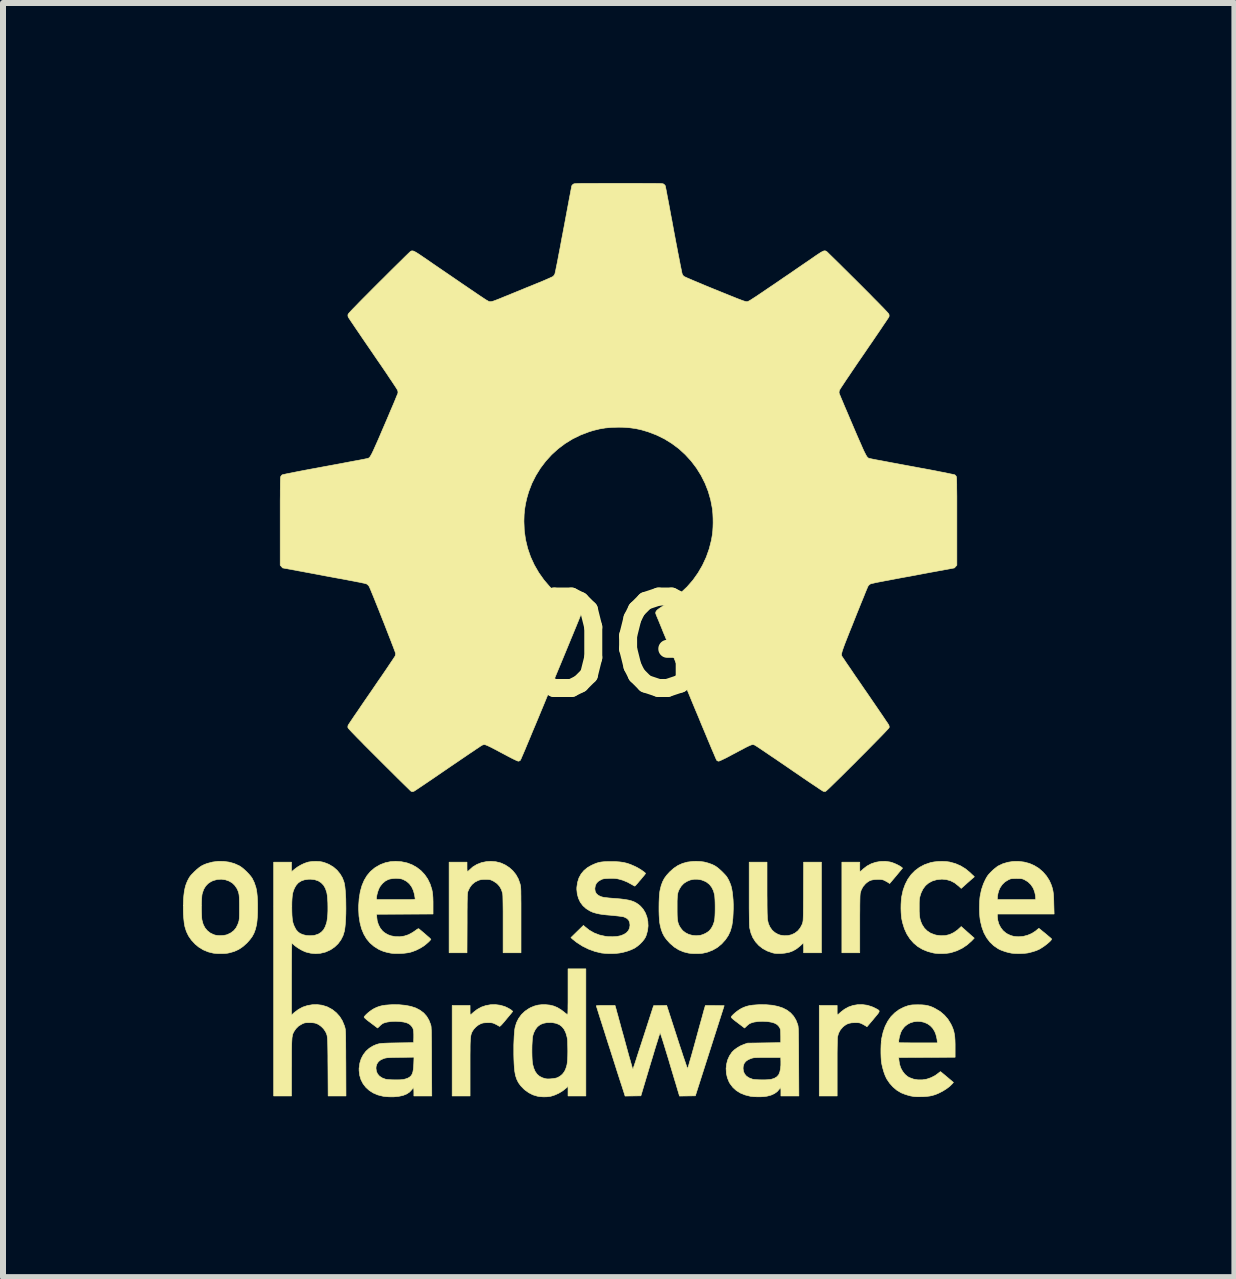
<source format=kicad_pcb>
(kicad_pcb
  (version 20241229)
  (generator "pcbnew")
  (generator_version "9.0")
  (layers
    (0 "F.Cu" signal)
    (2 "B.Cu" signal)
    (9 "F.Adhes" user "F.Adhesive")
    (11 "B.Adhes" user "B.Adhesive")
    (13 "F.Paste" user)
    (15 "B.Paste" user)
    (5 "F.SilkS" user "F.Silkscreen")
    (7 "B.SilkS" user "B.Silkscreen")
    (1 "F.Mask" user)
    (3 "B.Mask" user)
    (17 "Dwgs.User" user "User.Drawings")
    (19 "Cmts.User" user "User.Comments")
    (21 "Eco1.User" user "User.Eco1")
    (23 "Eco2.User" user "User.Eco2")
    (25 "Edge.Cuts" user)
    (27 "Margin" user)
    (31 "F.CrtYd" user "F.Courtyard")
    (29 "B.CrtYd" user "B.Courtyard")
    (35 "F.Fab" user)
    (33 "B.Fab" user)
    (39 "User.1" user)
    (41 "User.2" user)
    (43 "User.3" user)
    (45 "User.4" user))
  (footprint "LOGO"
    (layer "F.Cu")
    (at 7.273 7.727)
    (property "Reference" "LOGO" (at 0 0 0) (layer "F.SilkS") (effects (font (size 1.524 1.524) (thickness 0.3))))
    (attr through_hole)
    (fp_poly (pts (xy 4.51 3.589) (xy 4.546 3.599) (xy 4.586 3.614) (xy 4.628 3.633) (xy 4.666 3.653) (xy 4.695 3.671) (xy 4.698 3.674) (xy 4.719 3.691) (xy 4.612 3.82) (xy 4.504 3.948) (xy 4.482 3.933) (xy 4.463 3.921) (xy 4.437 3.907) (xy 4.42 3.898) (xy 4.4 3.889) (xy 4.382 3.884) (xy 4.361 3.881) (xy 4.334 3.879) (xy 4.303 3.879) (xy 4.248 3.882) (xy 4.203 3.89) (xy 4.164 3.905) (xy 4.128 3.929) (xy 4.101 3.952) (xy 4.06 4) (xy 4.03 4.056) (xy 4.013 4.115) (xy 4.012 4.13) (xy 4.01 4.159) (xy 4.009 4.2) (xy 4.008 4.253) (xy 4.007 4.316) (xy 4.007 4.39) (xy 4.006 4.472) (xy 4.006 4.562) (xy 4.006 4.627) (xy 4.006 5.102) (xy 3.708 5.102) (xy 3.708 3.592) (xy 4.006 3.592) (xy 4.006 3.672) (xy 4.006 3.704) (xy 4.007 3.73) (xy 4.009 3.747) (xy 4.011 3.752) (xy 4.017 3.747) (xy 4.032 3.735) (xy 4.052 3.717) (xy 4.064 3.705) (xy 4.126 3.657) (xy 4.195 3.62) (xy 4.271 3.594) (xy 4.351 3.58) (xy 4.433 3.578) (xy 4.51 3.589)) (stroke (width 0.01) (type solid)) (fill yes) (layer "F.SilkS"))
    (fp_poly (pts (xy 4.133 5.977) (xy 4.211 6.002) (xy 4.261 6.025) (xy 4.288 6.039) (xy 4.309 6.051) (xy 4.323 6.061) (xy 4.329 6.072) (xy 4.328 6.086) (xy 4.318 6.104) (xy 4.301 6.127) (xy 4.275 6.158) (xy 4.241 6.199) (xy 4.234 6.208) (xy 4.126 6.335) (xy 4.104 6.32) (xy 4.085 6.309) (xy 4.06 6.295) (xy 4.042 6.286) (xy 4.022 6.277) (xy 4.004 6.271) (xy 3.983 6.268) (xy 3.956 6.267) (xy 3.926 6.267) (xy 3.871 6.269) (xy 3.826 6.278) (xy 3.787 6.293) (xy 3.751 6.317) (xy 3.724 6.339) (xy 3.682 6.388) (xy 3.652 6.444) (xy 3.636 6.503) (xy 3.634 6.518) (xy 3.633 6.546) (xy 3.632 6.587) (xy 3.631 6.64) (xy 3.63 6.704) (xy 3.629 6.777) (xy 3.629 6.86) (xy 3.629 6.95) (xy 3.629 7.015) (xy 3.629 7.489) (xy 3.331 7.489) (xy 3.331 5.98) (xy 3.629 5.98) (xy 3.629 6.06) (xy 3.629 6.092) (xy 3.63 6.118) (xy 3.632 6.135) (xy 3.633 6.14) (xy 3.64 6.135) (xy 3.655 6.122) (xy 3.675 6.104) (xy 3.687 6.093) (xy 3.75 6.044) (xy 3.819 6.006) (xy 3.894 5.98) (xy 3.972 5.967) (xy 4.052 5.966) (xy 4.133 5.977)) (stroke (width 0.01) (type solid)) (fill yes) (layer "F.SilkS"))
    (fp_poly (pts (xy -1.988 5.976) (xy -1.911 5.998) (xy -1.87 6.017) (xy -1.838 6.034) (xy -1.81 6.051) (xy -1.791 6.066) (xy -1.78 6.077) (xy -1.779 6.081) (xy -1.785 6.088) (xy -1.798 6.105) (xy -1.818 6.129) (xy -1.843 6.159) (xy -1.872 6.194) (xy -1.886 6.211) (xy -1.92 6.252) (xy -1.946 6.282) (xy -1.965 6.303) (xy -1.979 6.317) (xy -1.989 6.325) (xy -1.996 6.328) (xy -2.002 6.327) (xy -2.006 6.324) (xy -2.02 6.316) (xy -2.042 6.303) (xy -2.068 6.29) (xy -2.068 6.29) (xy -2.091 6.279) (xy -2.109 6.273) (xy -2.128 6.269) (xy -2.153 6.267) (xy -2.186 6.267) (xy -2.192 6.267) (xy -2.231 6.268) (xy -2.26 6.27) (xy -2.284 6.275) (xy -2.308 6.283) (xy -2.31 6.284) (xy -2.351 6.306) (xy -2.392 6.338) (xy -2.427 6.376) (xy -2.448 6.407) (xy -2.456 6.422) (xy -2.463 6.436) (xy -2.468 6.451) (xy -2.473 6.468) (xy -2.477 6.487) (xy -2.48 6.511) (xy -2.483 6.54) (xy -2.485 6.575) (xy -2.487 6.618) (xy -2.488 6.669) (xy -2.488 6.73) (xy -2.489 6.802) (xy -2.489 6.886) (xy -2.489 6.983) (xy -2.489 7.016) (xy -2.489 7.489) (xy -2.787 7.489) (xy -2.787 5.98) (xy -2.489 5.98) (xy -2.489 6.06) (xy -2.489 6.092) (xy -2.488 6.118) (xy -2.486 6.135) (xy -2.485 6.14) (xy -2.478 6.135) (xy -2.463 6.122) (xy -2.443 6.104) (xy -2.432 6.094) (xy -2.37 6.046) (xy -2.301 6.008) (xy -2.226 5.982) (xy -2.147 5.968) (xy -2.067 5.966) (xy -1.988 5.976)) (stroke (width 0.01) (type solid)) (fill yes) (layer "F.SilkS"))
    (fp_poly (pts (xy 2.46 4.042) (xy 2.46 4.139) (xy 2.461 4.229) (xy 2.461 4.309) (xy 2.462 4.38) (xy 2.463 4.44) (xy 2.465 4.488) (xy 2.466 4.524) (xy 2.468 4.546) (xy 2.468 4.548) (xy 2.483 4.616) (xy 2.51 4.675) (xy 2.546 4.726) (xy 2.592 4.766) (xy 2.646 4.796) (xy 2.682 4.808) (xy 2.749 4.818) (xy 2.813 4.815) (xy 2.873 4.8) (xy 2.928 4.773) (xy 2.976 4.735) (xy 3.015 4.687) (xy 3.045 4.63) (xy 3.05 4.616) (xy 3.053 4.607) (xy 3.056 4.597) (xy 3.058 4.587) (xy 3.06 4.574) (xy 3.062 4.558) (xy 3.063 4.538) (xy 3.064 4.513) (xy 3.065 4.481) (xy 3.066 4.441) (xy 3.066 4.392) (xy 3.067 4.334) (xy 3.067 4.264) (xy 3.068 4.182) (xy 3.068 4.087) (xy 3.068 4.08) (xy 3.07 3.592) (xy 3.367 3.592) (xy 3.367 5.102) (xy 3.07 5.102) (xy 3.07 5.022) (xy 3.069 4.99) (xy 3.068 4.964) (xy 3.067 4.947) (xy 3.065 4.942) (xy 3.058 4.947) (xy 3.043 4.959) (xy 3.024 4.977) (xy 3.014 4.986) (xy 2.956 5.033) (xy 2.895 5.069) (xy 2.829 5.094) (xy 2.756 5.108) (xy 2.689 5.114) (xy 2.645 5.114) (xy 2.612 5.113) (xy 2.583 5.11) (xy 2.556 5.104) (xy 2.55 5.102) (xy 2.466 5.073) (xy 2.39 5.032) (xy 2.325 4.981) (xy 2.27 4.921) (xy 2.225 4.852) (xy 2.193 4.775) (xy 2.172 4.69) (xy 2.17 4.678) (xy 2.169 4.658) (xy 2.167 4.624) (xy 2.166 4.576) (xy 2.165 4.516) (xy 2.164 4.442) (xy 2.163 4.357) (xy 2.163 4.26) (xy 2.163 4.152) (xy 2.163 4.107) (xy 2.163 3.592) (xy 2.46 3.592) (xy 2.46 4.042)) (stroke (width 0.01) (type solid)) (fill yes) (layer "F.SilkS"))
    (fp_poly (pts (xy -2.058 3.585) (xy -1.978 3.605) (xy -1.904 3.638) (xy -1.836 3.682) (xy -1.776 3.736) (xy -1.725 3.799) (xy -1.685 3.871) (xy -1.657 3.95) (xy -1.655 3.958) (xy -1.652 3.969) (xy -1.65 3.981) (xy -1.647 3.994) (xy -1.646 4.009) (xy -1.644 4.028) (xy -1.643 4.051) (xy -1.642 4.08) (xy -1.642 4.116) (xy -1.641 4.16) (xy -1.641 4.212) (xy -1.64 4.274) (xy -1.64 4.348) (xy -1.64 4.433) (xy -1.64 4.532) (xy -1.64 4.559) (xy -1.64 5.102) (xy -1.938 5.102) (xy -1.938 4.627) (xy -1.938 4.514) (xy -1.938 4.415) (xy -1.939 4.33) (xy -1.94 4.26) (xy -1.941 4.203) (xy -1.942 4.16) (xy -1.944 4.13) (xy -1.946 4.113) (xy -1.946 4.113) (xy -1.966 4.049) (xy -1.997 3.994) (xy -2.039 3.948) (xy -2.092 3.912) (xy -2.103 3.906) (xy -2.128 3.894) (xy -2.148 3.886) (xy -2.167 3.882) (xy -2.189 3.88) (xy -2.22 3.879) (xy -2.235 3.879) (xy -2.274 3.88) (xy -2.304 3.883) (xy -2.328 3.888) (xy -2.352 3.896) (xy -2.353 3.896) (xy -2.411 3.926) (xy -2.459 3.967) (xy -2.496 4.018) (xy -2.52 4.069) (xy -2.524 4.078) (xy -2.526 4.086) (xy -2.529 4.096) (xy -2.53 4.108) (xy -2.532 4.123) (xy -2.533 4.143) (xy -2.535 4.168) (xy -2.535 4.2) (xy -2.536 4.239) (xy -2.537 4.288) (xy -2.537 4.346) (xy -2.538 4.416) (xy -2.538 4.498) (xy -2.538 4.592) (xy -2.538 4.606) (xy -2.54 5.102) (xy -2.838 5.102) (xy -2.838 3.592) (xy -2.54 3.592) (xy -2.54 3.672) (xy -2.54 3.704) (xy -2.538 3.73) (xy -2.536 3.747) (xy -2.534 3.752) (xy -2.526 3.747) (xy -2.513 3.735) (xy -2.505 3.727) (xy -2.444 3.672) (xy -2.375 3.63) (xy -2.299 3.6) (xy -2.217 3.583) (xy -2.142 3.578) (xy -2.058 3.585)) (stroke (width 0.01) (type solid)) (fill yes) (layer "F.SilkS"))
    (fp_poly (pts (xy 5.447 3.582) (xy 5.507 3.59) (xy 5.508 3.591) (xy 5.6 3.616) (xy 5.685 3.653) (xy 5.766 3.702) (xy 5.843 3.765) (xy 5.857 3.779) (xy 5.916 3.835) (xy 5.891 3.857) (xy 5.876 3.87) (xy 5.853 3.89) (xy 5.825 3.915) (xy 5.794 3.942) (xy 5.781 3.954) (xy 5.697 4.029) (xy 5.648 3.985) (xy 5.586 3.936) (xy 5.52 3.902) (xy 5.449 3.882) (xy 5.375 3.875) (xy 5.296 3.883) (xy 5.281 3.886) (xy 5.212 3.907) (xy 5.152 3.94) (xy 5.101 3.983) (xy 5.06 4.038) (xy 5.028 4.103) (xy 5.014 4.146) (xy 5.008 4.168) (xy 5.003 4.189) (xy 5 4.211) (xy 4.998 4.238) (xy 4.997 4.271) (xy 4.997 4.314) (xy 4.997 4.347) (xy 4.997 4.413) (xy 5 4.467) (xy 5.005 4.512) (xy 5.013 4.551) (xy 5.025 4.587) (xy 5.04 4.623) (xy 5.047 4.637) (xy 5.083 4.692) (xy 5.13 4.738) (xy 5.186 4.775) (xy 5.251 4.8) (xy 5.28 4.808) (xy 5.359 4.818) (xy 5.434 4.815) (xy 5.504 4.798) (xy 5.57 4.767) (xy 5.634 4.723) (xy 5.65 4.708) (xy 5.697 4.665) (xy 5.728 4.693) (xy 5.745 4.708) (xy 5.77 4.73) (xy 5.8 4.757) (xy 5.831 4.784) (xy 5.837 4.79) (xy 5.914 4.858) (xy 5.866 4.908) (xy 5.793 4.972) (xy 5.712 5.026) (xy 5.625 5.068) (xy 5.535 5.097) (xy 5.512 5.103) (xy 5.455 5.111) (xy 5.39 5.115) (xy 5.324 5.115) (xy 5.262 5.11) (xy 5.236 5.106) (xy 5.14 5.081) (xy 5.052 5.045) (xy 4.973 4.998) (xy 4.903 4.939) (xy 4.843 4.87) (xy 4.791 4.79) (xy 4.75 4.7) (xy 4.719 4.599) (xy 4.705 4.533) (xy 4.699 4.484) (xy 4.695 4.425) (xy 4.693 4.361) (xy 4.694 4.295) (xy 4.698 4.233) (xy 4.703 4.178) (xy 4.706 4.162) (xy 4.729 4.057) (xy 4.764 3.961) (xy 4.808 3.875) (xy 4.863 3.799) (xy 4.928 3.733) (xy 5.002 3.678) (xy 5.085 3.634) (xy 5.178 3.602) (xy 5.185 3.599) (xy 5.244 3.588) (xy 5.31 3.581) (xy 5.38 3.579) (xy 5.447 3.582)) (stroke (width 0.01) (type solid)) (fill yes) (layer "F.SilkS"))
    (fp_poly (pts (xy -0.559 7.489) (xy -0.856 7.489) (xy -0.856 7.328) (xy -0.889 7.358) (xy -0.945 7.403) (xy -1.009 7.442) (xy -1.075 7.472) (xy -1.141 7.493) (xy -1.157 7.496) (xy -1.209 7.502) (xy -1.268 7.503) (xy -1.326 7.499) (xy -1.368 7.492) (xy -1.441 7.47) (xy -1.511 7.434) (xy -1.575 7.388) (xy -1.593 7.372) (xy -1.644 7.319) (xy -1.683 7.266) (xy -1.711 7.209) (xy -1.732 7.146) (xy -1.745 7.072) (xy -1.745 7.068) (xy -1.751 7.012) (xy -1.755 6.947) (xy -1.758 6.875) (xy -1.76 6.798) (xy -1.76 6.761) (xy -1.458 6.761) (xy -1.457 6.817) (xy -1.455 6.869) (xy -1.452 6.914) (xy -1.448 6.948) (xy -1.448 6.95) (xy -1.43 7.02) (xy -1.405 7.079) (xy -1.372 7.126) (xy -1.33 7.162) (xy -1.279 7.187) (xy -1.226 7.202) (xy -1.195 7.205) (xy -1.155 7.204) (xy -1.112 7.2) (xy -1.072 7.194) (xy -1.039 7.186) (xy -1.035 7.184) (xy -0.991 7.161) (xy -0.95 7.127) (xy -0.918 7.085) (xy -0.904 7.059) (xy -0.891 7.027) (xy -0.88 6.994) (xy -0.872 6.96) (xy -0.867 6.921) (xy -0.863 6.876) (xy -0.861 6.822) (xy -0.86 6.756) (xy -0.86 6.731) (xy -0.861 6.669) (xy -0.862 6.62) (xy -0.863 6.581) (xy -0.865 6.55) (xy -0.869 6.525) (xy -0.873 6.504) (xy -0.893 6.435) (xy -0.921 6.378) (xy -0.957 6.333) (xy -1.001 6.3) (xy -1.054 6.278) (xy -1.116 6.266) (xy -1.136 6.265) (xy -1.208 6.266) (xy -1.269 6.278) (xy -1.322 6.3) (xy -1.366 6.335) (xy -1.401 6.38) (xy -1.429 6.438) (xy -1.441 6.477) (xy -1.447 6.504) (xy -1.451 6.543) (xy -1.454 6.591) (xy -1.457 6.645) (xy -1.458 6.702) (xy -1.458 6.761) (xy -1.76 6.761) (xy -1.76 6.719) (xy -1.76 6.641) (xy -1.757 6.565) (xy -1.754 6.495) (xy -1.749 6.432) (xy -1.744 6.38) (xy -1.738 6.346) (xy -1.715 6.268) (xy -1.679 6.196) (xy -1.632 6.132) (xy -1.573 6.076) (xy -1.505 6.03) (xy -1.477 6.015) (xy -1.416 5.99) (xy -1.356 5.974) (xy -1.292 5.967) (xy -1.23 5.967) (xy -1.159 5.974) (xy -1.094 5.99) (xy -1.032 6.016) (xy -0.97 6.054) (xy -0.924 6.089) (xy -0.902 6.107) (xy -0.882 6.122) (xy -0.87 6.131) (xy -0.867 6.133) (xy -0.864 6.133) (xy -0.862 6.13) (xy -0.861 6.122) (xy -0.859 6.11) (xy -0.858 6.091) (xy -0.858 6.064) (xy -0.857 6.029) (xy -0.857 5.984) (xy -0.856 5.929) (xy -0.856 5.861) (xy -0.856 5.78) (xy -0.856 5.37) (xy -0.559 5.37) (xy -0.559 7.489)) (stroke (width 0.01) (type solid)) (fill yes) (layer "F.SilkS"))
    (fp_poly (pts (xy -3.631 3.585) (xy -3.54 3.604) (xy -3.455 3.636) (xy -3.377 3.68) (xy -3.307 3.734) (xy -3.246 3.799) (xy -3.195 3.873) (xy -3.155 3.956) (xy -3.126 4.046) (xy -3.117 4.091) (xy -3.112 4.131) (xy -3.108 4.185) (xy -3.106 4.252) (xy -3.106 4.304) (xy -3.106 4.456) (xy -4.046 4.46) (xy -4.044 4.507) (xy -4.036 4.572) (xy -4.016 4.634) (xy -3.987 4.69) (xy -3.949 4.738) (xy -3.915 4.767) (xy -3.864 4.798) (xy -3.809 4.819) (xy -3.746 4.831) (xy -3.736 4.833) (xy -3.66 4.835) (xy -3.586 4.824) (xy -3.515 4.801) (xy -3.445 4.763) (xy -3.4 4.732) (xy -3.375 4.714) (xy -3.359 4.704) (xy -3.349 4.701) (xy -3.342 4.703) (xy -3.339 4.705) (xy -3.283 4.752) (xy -3.235 4.793) (xy -3.197 4.826) (xy -3.168 4.851) (xy -3.15 4.869) (xy -3.143 4.878) (xy -3.142 4.878) (xy -3.148 4.887) (xy -3.162 4.903) (xy -3.183 4.924) (xy -3.208 4.946) (xy -3.234 4.968) (xy -3.26 4.988) (xy -3.263 4.99) (xy -3.318 5.024) (xy -3.381 5.056) (xy -3.447 5.082) (xy -3.491 5.095) (xy -3.534 5.103) (xy -3.587 5.11) (xy -3.645 5.113) (xy -3.704 5.114) (xy -3.759 5.113) (xy -3.806 5.109) (xy -3.821 5.106) (xy -3.885 5.092) (xy -3.939 5.076) (xy -3.989 5.055) (xy -4.014 5.043) (xy -4.09 4.995) (xy -4.157 4.937) (xy -4.214 4.869) (xy -4.26 4.79) (xy -4.297 4.701) (xy -4.323 4.601) (xy -4.34 4.492) (xy -4.346 4.372) (xy -4.345 4.311) (xy -4.337 4.198) (xy -4.049 4.198) (xy -4.049 4.216) (xy -3.727 4.216) (xy -3.65 4.216) (xy -3.586 4.216) (xy -3.534 4.216) (xy -3.493 4.216) (xy -3.462 4.215) (xy -3.439 4.214) (xy -3.423 4.213) (xy -3.412 4.211) (xy -3.407 4.209) (xy -3.404 4.206) (xy -3.404 4.204) (xy -3.405 4.191) (xy -3.409 4.168) (xy -3.413 4.14) (xy -3.414 4.135) (xy -3.433 4.065) (xy -3.462 4.003) (xy -3.5 3.952) (xy -3.547 3.911) (xy -3.603 3.881) (xy -3.631 3.871) (xy -3.675 3.864) (xy -3.726 3.861) (xy -3.778 3.865) (xy -3.827 3.873) (xy -3.855 3.882) (xy -3.902 3.907) (xy -3.946 3.944) (xy -3.983 3.989) (xy -4.001 4.018) (xy -4.016 4.053) (xy -4.03 4.093) (xy -4.041 4.136) (xy -4.048 4.175) (xy -4.049 4.198) (xy -4.337 4.198) (xy -4.336 4.19) (xy -4.318 4.081) (xy -4.29 3.982) (xy -4.253 3.894) (xy -4.206 3.816) (xy -4.15 3.749) (xy -4.083 3.692) (xy -4.062 3.677) (xy -3.982 3.632) (xy -3.899 3.601) (xy -3.812 3.583) (xy -3.728 3.578) (xy -3.631 3.585)) (stroke (width 0.01) (type solid)) (fill yes) (layer "F.SilkS"))
    (fp_poly (pts (xy 5.042 5.97) (xy 5.095 5.975) (xy 5.142 5.984) (xy 5.187 5.997) (xy 5.234 6.017) (xy 5.268 6.035) (xy 5.348 6.083) (xy 5.417 6.142) (xy 5.475 6.209) (xy 5.522 6.285) (xy 5.543 6.328) (xy 5.56 6.37) (xy 5.573 6.411) (xy 5.582 6.454) (xy 5.589 6.502) (xy 5.593 6.558) (xy 5.595 6.624) (xy 5.595 6.681) (xy 5.595 6.843) (xy 4.655 6.847) (xy 4.658 6.887) (xy 4.668 6.956) (xy 4.688 7.02) (xy 4.719 7.077) (xy 4.758 7.127) (xy 4.804 7.166) (xy 4.835 7.183) (xy 4.903 7.208) (xy 4.975 7.22) (xy 5.049 7.22) (xy 5.123 7.208) (xy 5.195 7.183) (xy 5.263 7.148) (xy 5.307 7.116) (xy 5.327 7.1) (xy 5.343 7.088) (xy 5.351 7.083) (xy 5.351 7.083) (xy 5.357 7.087) (xy 5.373 7.1) (xy 5.396 7.119) (xy 5.425 7.143) (xy 5.458 7.171) (xy 5.461 7.173) (xy 5.567 7.263) (xy 5.544 7.289) (xy 5.503 7.329) (xy 5.452 7.368) (xy 5.393 7.405) (xy 5.33 7.438) (xy 5.267 7.465) (xy 5.21 7.482) (xy 5.17 7.49) (xy 5.12 7.496) (xy 5.064 7.5) (xy 5.007 7.501) (xy 4.954 7.501) (xy 4.908 7.498) (xy 4.899 7.496) (xy 4.853 7.488) (xy 4.801 7.474) (xy 4.749 7.457) (xy 4.704 7.439) (xy 4.688 7.431) (xy 4.622 7.391) (xy 4.56 7.338) (xy 4.505 7.277) (xy 4.458 7.208) (xy 4.449 7.191) (xy 4.428 7.145) (xy 4.408 7.09) (xy 4.39 7.028) (xy 4.375 6.965) (xy 4.372 6.949) (xy 4.365 6.9) (xy 4.361 6.84) (xy 4.359 6.775) (xy 4.359 6.707) (xy 4.361 6.641) (xy 4.365 6.586) (xy 4.655 6.586) (xy 4.657 6.599) (xy 4.658 6.6) (xy 4.665 6.601) (xy 4.686 6.602) (xy 4.719 6.602) (xy 4.761 6.603) (xy 4.812 6.603) (xy 4.87 6.604) (xy 4.934 6.604) (xy 4.98 6.604) (xy 5.298 6.604) (xy 5.298 6.58) (xy 5.294 6.545) (xy 5.285 6.502) (xy 5.273 6.458) (xy 5.257 6.418) (xy 5.255 6.413) (xy 5.222 6.36) (xy 5.181 6.317) (xy 5.133 6.284) (xy 5.079 6.261) (xy 5.022 6.248) (xy 4.964 6.245) (xy 4.906 6.252) (xy 4.85 6.269) (xy 4.799 6.296) (xy 4.753 6.333) (xy 4.715 6.381) (xy 4.7 6.407) (xy 4.688 6.433) (xy 4.678 6.465) (xy 4.668 6.499) (xy 4.661 6.533) (xy 4.656 6.563) (xy 4.655 6.586) (xy 4.365 6.586) (xy 4.365 6.581) (xy 4.371 6.53) (xy 4.372 6.528) (xy 4.396 6.422) (xy 4.43 6.326) (xy 4.474 6.241) (xy 4.527 6.166) (xy 4.59 6.103) (xy 4.661 6.05) (xy 4.742 6.009) (xy 4.809 5.985) (xy 4.835 5.979) (xy 4.859 5.974) (xy 4.885 5.971) (xy 4.918 5.97) (xy 4.961 5.969) (xy 4.978 5.969) (xy 5.042 5.97)) (stroke (width 0.01) (type solid)) (fill yes) (layer "F.SilkS"))
    (fp_poly (pts (xy 6.745 3.59) (xy 6.833 3.613) (xy 6.915 3.649) (xy 6.991 3.696) (xy 7.059 3.755) (xy 7.117 3.822) (xy 7.165 3.897) (xy 7.192 3.957) (xy 7.205 3.992) (xy 7.215 4.025) (xy 7.223 4.058) (xy 7.229 4.092) (xy 7.234 4.132) (xy 7.237 4.18) (xy 7.239 4.237) (xy 7.24 4.284) (xy 7.245 4.456) (xy 6.299 4.456) (xy 6.299 4.494) (xy 6.306 4.56) (xy 6.324 4.623) (xy 6.354 4.681) (xy 6.393 4.732) (xy 6.441 4.773) (xy 6.471 4.791) (xy 6.521 4.814) (xy 6.571 4.828) (xy 6.624 4.834) (xy 6.657 4.835) (xy 6.73 4.829) (xy 6.803 4.81) (xy 6.872 4.781) (xy 6.933 4.742) (xy 6.95 4.728) (xy 6.969 4.712) (xy 6.984 4.7) (xy 6.992 4.695) (xy 6.992 4.695) (xy 6.998 4.7) (xy 7.013 4.712) (xy 7.035 4.73) (xy 7.062 4.752) (xy 7.092 4.776) (xy 7.122 4.801) (xy 7.15 4.825) (xy 7.175 4.846) (xy 7.194 4.863) (xy 7.202 4.87) (xy 7.202 4.879) (xy 7.192 4.895) (xy 7.173 4.915) (xy 7.147 4.938) (xy 7.117 4.963) (xy 7.084 4.988) (xy 7.05 5.011) (xy 7.017 5.032) (xy 6.996 5.044) (xy 6.946 5.066) (xy 6.886 5.085) (xy 6.825 5.101) (xy 6.801 5.106) (xy 6.756 5.111) (xy 6.702 5.114) (xy 6.644 5.115) (xy 6.588 5.113) (xy 6.538 5.109) (xy 6.533 5.108) (xy 6.489 5.099) (xy 6.44 5.086) (xy 6.39 5.069) (xy 6.344 5.051) (xy 6.312 5.034) (xy 6.239 4.984) (xy 6.175 4.923) (xy 6.121 4.852) (xy 6.076 4.77) (xy 6.042 4.677) (xy 6.017 4.575) (xy 6.013 4.551) (xy 6.007 4.501) (xy 6.003 4.441) (xy 6.001 4.375) (xy 6.002 4.308) (xy 6.004 4.244) (xy 6.006 4.216) (xy 6.299 4.216) (xy 6.938 4.216) (xy 6.938 4.186) (xy 6.933 4.141) (xy 6.922 4.092) (xy 6.905 4.044) (xy 6.893 4.018) (xy 6.856 3.964) (xy 6.809 3.919) (xy 6.756 3.887) (xy 6.736 3.877) (xy 6.718 3.871) (xy 6.7 3.867) (xy 6.678 3.865) (xy 6.648 3.865) (xy 6.619 3.864) (xy 6.58 3.865) (xy 6.552 3.866) (xy 6.532 3.868) (xy 6.514 3.872) (xy 6.496 3.88) (xy 6.479 3.888) (xy 6.425 3.921) (xy 6.379 3.966) (xy 6.343 4.02) (xy 6.342 4.022) (xy 6.323 4.066) (xy 6.309 4.115) (xy 6.301 4.162) (xy 6.299 4.186) (xy 6.299 4.216) (xy 6.006 4.216) (xy 6.008 4.188) (xy 6.012 4.158) (xy 6.034 4.051) (xy 6.068 3.952) (xy 6.098 3.887) (xy 6.117 3.851) (xy 6.135 3.822) (xy 6.156 3.795) (xy 6.183 3.766) (xy 6.201 3.748) (xy 6.23 3.72) (xy 6.261 3.694) (xy 6.289 3.672) (xy 6.308 3.658) (xy 6.387 3.62) (xy 6.473 3.594) (xy 6.562 3.58) (xy 6.654 3.579) (xy 6.745 3.59)) (stroke (width 0.01) (type solid)) (fill yes) (layer "F.SilkS"))
    (fp_poly (pts (xy 1.348 3.581) (xy 1.411 3.589) (xy 1.473 3.605) (xy 1.5 3.614) (xy 1.549 3.632) (xy 1.591 3.653) (xy 1.63 3.679) (xy 1.67 3.712) (xy 1.715 3.754) (xy 1.717 3.756) (xy 1.748 3.788) (xy 1.772 3.814) (xy 1.79 3.837) (xy 1.805 3.862) (xy 1.821 3.891) (xy 1.824 3.897) (xy 1.844 3.943) (xy 1.861 3.99) (xy 1.873 4.041) (xy 1.883 4.099) (xy 1.89 4.166) (xy 1.895 4.22) (xy 1.898 4.294) (xy 1.898 4.372) (xy 1.895 4.451) (xy 1.891 4.526) (xy 1.883 4.595) (xy 1.874 4.653) (xy 1.873 4.655) (xy 1.85 4.737) (xy 1.815 4.813) (xy 1.768 4.883) (xy 1.708 4.95) (xy 1.701 4.957) (xy 1.631 5.014) (xy 1.554 5.058) (xy 1.47 5.091) (xy 1.393 5.109) (xy 1.357 5.113) (xy 1.311 5.115) (xy 1.262 5.115) (xy 1.213 5.114) (xy 1.172 5.11) (xy 1.155 5.108) (xy 1.07 5.087) (xy 0.991 5.054) (xy 0.917 5.008) (xy 0.847 4.948) (xy 0.838 4.939) (xy 0.788 4.884) (xy 0.749 4.831) (xy 0.72 4.775) (xy 0.697 4.713) (xy 0.679 4.64) (xy 0.679 4.64) (xy 0.671 4.596) (xy 0.666 4.539) (xy 0.662 4.475) (xy 0.66 4.405) (xy 0.66 4.351) (xy 0.962 4.351) (xy 0.962 4.419) (xy 0.963 4.476) (xy 0.965 4.522) (xy 0.969 4.559) (xy 0.975 4.591) (xy 0.983 4.618) (xy 0.993 4.643) (xy 1.007 4.668) (xy 1.019 4.688) (xy 1.055 4.733) (xy 1.102 4.769) (xy 1.156 4.796) (xy 1.216 4.812) (xy 1.279 4.818) (xy 1.344 4.812) (xy 1.351 4.811) (xy 1.396 4.797) (xy 1.441 4.776) (xy 1.481 4.75) (xy 1.501 4.733) (xy 1.533 4.693) (xy 1.56 4.643) (xy 1.579 4.589) (xy 1.586 4.559) (xy 1.59 4.527) (xy 1.593 4.485) (xy 1.595 4.434) (xy 1.596 4.379) (xy 1.596 4.321) (xy 1.595 4.265) (xy 1.593 4.214) (xy 1.59 4.171) (xy 1.587 4.138) (xy 1.586 4.136) (xy 1.568 4.069) (xy 1.539 4.011) (xy 1.501 3.962) (xy 1.452 3.924) (xy 1.432 3.913) (xy 1.369 3.888) (xy 1.305 3.877) (xy 1.242 3.877) (xy 1.181 3.889) (xy 1.124 3.913) (xy 1.073 3.946) (xy 1.031 3.99) (xy 1.004 4.033) (xy 0.992 4.056) (xy 0.982 4.079) (xy 0.975 4.102) (xy 0.97 4.127) (xy 0.966 4.158) (xy 0.964 4.196) (xy 0.962 4.242) (xy 0.962 4.3) (xy 0.962 4.351) (xy 0.66 4.351) (xy 0.66 4.333) (xy 0.661 4.261) (xy 0.664 4.193) (xy 0.668 4.131) (xy 0.674 4.079) (xy 0.679 4.054) (xy 0.697 3.981) (xy 0.72 3.919) (xy 0.749 3.863) (xy 0.788 3.81) (xy 0.838 3.755) (xy 0.838 3.755) (xy 0.905 3.695) (xy 0.975 3.648) (xy 1.05 3.614) (xy 1.131 3.591) (xy 1.22 3.58) (xy 1.277 3.578) (xy 1.348 3.581)) (stroke (width 0.01) (type solid)) (fill yes) (layer "F.SilkS"))
    (fp_poly (pts (xy -6.596 3.579) (xy -6.506 3.591) (xy -6.419 3.615) (xy -6.339 3.651) (xy -6.325 3.659) (xy -6.291 3.682) (xy -6.253 3.714) (xy -6.213 3.751) (xy -6.176 3.79) (xy -6.144 3.827) (xy -6.12 3.861) (xy -6.119 3.863) (xy -6.085 3.933) (xy -6.058 4.014) (xy -6.049 4.054) (xy -6.042 4.1) (xy -6.036 4.157) (xy -6.032 4.222) (xy -6.03 4.292) (xy -6.03 4.365) (xy -6.031 4.437) (xy -6.034 4.506) (xy -6.039 4.567) (xy -6.045 4.619) (xy -6.049 4.64) (xy -6.067 4.713) (xy -6.09 4.775) (xy -6.12 4.831) (xy -6.159 4.884) (xy -6.208 4.939) (xy -6.208 4.939) (xy -6.275 4.999) (xy -6.345 5.046) (xy -6.42 5.08) (xy -6.502 5.103) (xy -6.531 5.109) (xy -6.568 5.113) (xy -6.614 5.115) (xy -6.663 5.115) (xy -6.711 5.114) (xy -6.753 5.11) (xy -6.77 5.108) (xy -6.854 5.087) (xy -6.936 5.053) (xy -7.011 5.007) (xy -7.071 4.957) (xy -7.133 4.89) (xy -7.181 4.821) (xy -7.217 4.746) (xy -7.242 4.665) (xy -7.243 4.659) (xy -7.253 4.603) (xy -7.26 4.536) (xy -7.266 4.462) (xy -7.268 4.384) (xy -7.268 4.374) (xy -6.966 4.374) (xy -6.965 4.429) (xy -6.963 4.481) (xy -6.961 4.524) (xy -6.957 4.557) (xy -6.956 4.559) (xy -6.938 4.626) (xy -6.908 4.685) (xy -6.868 4.734) (xy -6.818 4.773) (xy -6.759 4.801) (xy -6.731 4.809) (xy -6.692 4.815) (xy -6.645 4.816) (xy -6.597 4.813) (xy -6.553 4.805) (xy -6.532 4.798) (xy -6.473 4.769) (xy -6.425 4.732) (xy -6.387 4.685) (xy -6.358 4.626) (xy -6.348 4.597) (xy -6.343 4.581) (xy -6.339 4.566) (xy -6.337 4.548) (xy -6.334 4.528) (xy -6.333 4.501) (xy -6.332 4.467) (xy -6.332 4.423) (xy -6.332 4.367) (xy -6.332 4.351) (xy -6.332 4.284) (xy -6.333 4.229) (xy -6.334 4.185) (xy -6.337 4.15) (xy -6.341 4.121) (xy -6.347 4.096) (xy -6.355 4.073) (xy -6.365 4.05) (xy -6.374 4.031) (xy -6.409 3.98) (xy -6.452 3.938) (xy -6.505 3.907) (xy -6.565 3.886) (xy -6.633 3.876) (xy -6.701 3.88) (xy -6.767 3.898) (xy -6.802 3.913) (xy -6.854 3.947) (xy -6.896 3.991) (xy -6.929 4.046) (xy -6.951 4.11) (xy -6.957 4.136) (xy -6.96 4.167) (xy -6.963 4.21) (xy -6.965 4.261) (xy -6.966 4.316) (xy -6.966 4.374) (xy -7.268 4.374) (xy -7.268 4.306) (xy -7.265 4.231) (xy -7.265 4.223) (xy -7.259 4.147) (xy -7.251 4.082) (xy -7.24 4.026) (xy -7.227 3.977) (xy -7.209 3.93) (xy -7.195 3.898) (xy -7.179 3.868) (xy -7.165 3.843) (xy -7.148 3.82) (xy -7.127 3.796) (xy -7.098 3.767) (xy -7.088 3.756) (xy -7.042 3.713) (xy -7.002 3.68) (xy -6.963 3.654) (xy -6.921 3.633) (xy -6.874 3.615) (xy -6.871 3.614) (xy -6.781 3.59) (xy -6.689 3.578) (xy -6.596 3.579)) (stroke (width 0.01) (type solid)) (fill yes) (layer "F.SilkS"))
    (fp_poly (pts (xy 0.959 6.508) (xy 0.986 6.592) (xy 1.012 6.672) (xy 1.037 6.746) (xy 1.059 6.815) (xy 1.08 6.876) (xy 1.098 6.928) (xy 1.113 6.972) (xy 1.124 7.004) (xy 1.132 7.026) (xy 1.136 7.034) (xy 1.136 7.034) (xy 1.139 7.027) (xy 1.145 7.007) (xy 1.155 6.976) (xy 1.167 6.933) (xy 1.182 6.881) (xy 1.2 6.82) (xy 1.219 6.752) (xy 1.24 6.677) (xy 1.262 6.597) (xy 1.285 6.513) (xy 1.286 6.509) (xy 1.309 6.425) (xy 1.331 6.344) (xy 1.352 6.269) (xy 1.371 6.201) (xy 1.388 6.139) (xy 1.402 6.087) (xy 1.414 6.043) (xy 1.424 6.011) (xy 1.43 5.99) (xy 1.432 5.982) (xy 1.432 5.982) (xy 1.44 5.982) (xy 1.46 5.981) (xy 1.49 5.981) (xy 1.529 5.981) (xy 1.573 5.981) (xy 1.591 5.982) (xy 1.746 5.984) (xy 1.506 6.735) (xy 1.266 7.486) (xy 1.134 7.488) (xy 1.002 7.49) (xy 0.982 7.423) (xy 0.976 7.404) (xy 0.967 7.373) (xy 0.954 7.33) (xy 0.939 7.278) (xy 0.92 7.218) (xy 0.9 7.15) (xy 0.878 7.077) (xy 0.855 7) (xy 0.831 6.919) (xy 0.824 6.894) (xy 0.8 6.816) (xy 0.777 6.741) (xy 0.756 6.672) (xy 0.737 6.61) (xy 0.72 6.555) (xy 0.705 6.509) (xy 0.693 6.474) (xy 0.685 6.449) (xy 0.68 6.436) (xy 0.679 6.435) (xy 0.676 6.442) (xy 0.669 6.462) (xy 0.658 6.493) (xy 0.645 6.536) (xy 0.629 6.588) (xy 0.61 6.648) (xy 0.589 6.716) (xy 0.567 6.79) (xy 0.543 6.87) (xy 0.517 6.954) (xy 0.515 6.961) (xy 0.358 7.486) (xy 0.227 7.488) (xy 0.095 7.49) (xy 0.041 7.321) (xy 0.014 7.239) (xy -0.014 7.152) (xy -0.043 7.062) (xy -0.072 6.97) (xy -0.102 6.876) (xy -0.132 6.782) (xy -0.162 6.688) (xy -0.192 6.596) (xy -0.22 6.507) (xy -0.247 6.421) (xy -0.273 6.34) (xy -0.297 6.265) (xy -0.319 6.197) (xy -0.338 6.136) (xy -0.354 6.085) (xy -0.367 6.043) (xy -0.377 6.012) (xy -0.383 5.993) (xy -0.385 5.986) (xy -0.378 5.984) (xy -0.358 5.983) (xy -0.329 5.981) (xy -0.291 5.98) (xy -0.247 5.98) (xy -0.229 5.98) (xy -0.073 5.98) (xy -0.062 6.018) (xy -0.058 6.031) (xy -0.051 6.057) (xy -0.041 6.095) (xy -0.027 6.143) (xy -0.012 6.2) (xy 0.006 6.265) (xy 0.025 6.336) (xy 0.046 6.412) (xy 0.069 6.493) (xy 0.083 6.545) (xy 0.105 6.626) (xy 0.126 6.703) (xy 0.146 6.776) (xy 0.164 6.841) (xy 0.181 6.899) (xy 0.195 6.949) (xy 0.206 6.988) (xy 0.214 7.017) (xy 0.219 7.034) (xy 0.221 7.038) (xy 0.227 7.039) (xy 0.227 7.039) (xy 0.23 7.032) (xy 0.236 7.012) (xy 0.247 6.98) (xy 0.261 6.938) (xy 0.278 6.886) (xy 0.297 6.826) (xy 0.319 6.758) (xy 0.343 6.684) (xy 0.369 6.605) (xy 0.396 6.521) (xy 0.4 6.51) (xy 0.57 5.984) (xy 0.679 5.982) (xy 0.788 5.98) (xy 0.959 6.508)) (stroke (width 0.01) (type solid)) (fill yes) (layer "F.SilkS"))
    (fp_poly (pts (xy 2.448 5.968) (xy 2.551 5.977) (xy 2.643 5.996) (xy 2.724 6.023) (xy 2.794 6.059) (xy 2.853 6.104) (xy 2.903 6.159) (xy 2.942 6.223) (xy 2.971 6.297) (xy 2.973 6.303) (xy 2.975 6.312) (xy 2.977 6.322) (xy 2.979 6.335) (xy 2.98 6.351) (xy 2.982 6.372) (xy 2.983 6.398) (xy 2.984 6.431) (xy 2.985 6.472) (xy 2.985 6.52) (xy 2.986 6.579) (xy 2.987 6.648) (xy 2.987 6.728) (xy 2.988 6.822) (xy 2.988 6.918) (xy 2.991 7.489) (xy 2.692 7.489) (xy 2.692 7.42) (xy 2.692 7.391) (xy 2.69 7.368) (xy 2.688 7.354) (xy 2.686 7.351) (xy 2.679 7.357) (xy 2.667 7.371) (xy 2.661 7.38) (xy 2.628 7.417) (xy 2.583 7.449) (xy 2.528 7.474) (xy 2.465 7.491) (xy 2.454 7.493) (xy 2.409 7.499) (xy 2.355 7.502) (xy 2.297 7.502) (xy 2.241 7.5) (xy 2.193 7.495) (xy 2.18 7.493) (xy 2.093 7.471) (xy 2.015 7.439) (xy 1.948 7.397) (xy 1.891 7.345) (xy 1.844 7.283) (xy 1.828 7.255) (xy 1.8 7.186) (xy 1.783 7.112) (xy 1.779 7.036) (xy 1.779 7.027) (xy 2.061 7.027) (xy 2.067 7.078) (xy 2.086 7.121) (xy 2.117 7.158) (xy 2.161 7.187) (xy 2.217 7.208) (xy 2.223 7.21) (xy 2.248 7.214) (xy 2.284 7.217) (xy 2.328 7.219) (xy 2.376 7.22) (xy 2.424 7.22) (xy 2.468 7.218) (xy 2.506 7.215) (xy 2.53 7.211) (xy 2.582 7.195) (xy 2.622 7.171) (xy 2.652 7.139) (xy 2.658 7.128) (xy 2.674 7.088) (xy 2.685 7.036) (xy 2.691 6.975) (xy 2.691 6.912) (xy 2.689 6.847) (xy 2.467 6.847) (xy 2.404 6.847) (xy 2.354 6.847) (xy 2.314 6.848) (xy 2.283 6.849) (xy 2.259 6.85) (xy 2.24 6.852) (xy 2.224 6.855) (xy 2.209 6.859) (xy 2.195 6.863) (xy 2.144 6.885) (xy 2.105 6.913) (xy 2.078 6.949) (xy 2.064 6.993) (xy 2.061 7.027) (xy 1.779 7.027) (xy 1.786 6.961) (xy 1.804 6.889) (xy 1.834 6.822) (xy 1.874 6.762) (xy 1.88 6.755) (xy 1.916 6.72) (xy 1.963 6.686) (xy 2.015 6.655) (xy 2.069 6.632) (xy 2.076 6.629) (xy 2.137 6.608) (xy 2.413 6.604) (xy 2.689 6.6) (xy 2.689 6.492) (xy 2.688 6.448) (xy 2.687 6.417) (xy 2.686 6.394) (xy 2.683 6.378) (xy 2.678 6.364) (xy 2.673 6.353) (xy 2.652 6.321) (xy 2.625 6.296) (xy 2.591 6.277) (xy 2.548 6.262) (xy 2.493 6.252) (xy 2.46 6.248) (xy 2.385 6.244) (xy 2.312 6.247) (xy 2.245 6.257) (xy 2.218 6.264) (xy 2.187 6.275) (xy 2.162 6.288) (xy 2.138 6.307) (xy 2.127 6.317) (xy 2.086 6.356) (xy 1.972 6.269) (xy 1.932 6.239) (xy 1.903 6.216) (xy 1.883 6.199) (xy 1.871 6.186) (xy 1.865 6.178) (xy 1.864 6.172) (xy 1.865 6.169) (xy 1.878 6.151) (xy 1.902 6.127) (xy 1.931 6.101) (xy 1.964 6.075) (xy 1.997 6.052) (xy 2.027 6.034) (xy 2.029 6.032) (xy 2.075 6.011) (xy 2.119 5.995) (xy 2.167 5.983) (xy 2.22 5.975) (xy 2.283 5.97) (xy 2.333 5.967) (xy 2.448 5.968)) (stroke (width 0.01) (type solid)) (fill yes) (layer "F.SilkS"))
    (fp_poly (pts (xy -0.064 3.583) (xy 0.007 3.588) (xy 0.07 3.597) (xy 0.128 3.611) (xy 0.186 3.631) (xy 0.246 3.657) (xy 0.272 3.669) (xy 0.303 3.685) (xy 0.335 3.704) (xy 0.367 3.724) (xy 0.395 3.744) (xy 0.418 3.761) (xy 0.432 3.774) (xy 0.435 3.78) (xy 0.431 3.788) (xy 0.419 3.804) (xy 0.401 3.826) (xy 0.378 3.853) (xy 0.354 3.883) (xy 0.328 3.912) (xy 0.305 3.94) (xy 0.284 3.964) (xy 0.268 3.981) (xy 0.258 3.99) (xy 0.257 3.991) (xy 0.249 3.988) (xy 0.232 3.979) (xy 0.21 3.966) (xy 0.21 3.966) (xy 0.135 3.925) (xy 0.058 3.893) (xy -0.005 3.875) (xy -0.036 3.868) (xy -0.065 3.864) (xy -0.096 3.862) (xy -0.134 3.861) (xy -0.167 3.862) (xy -0.208 3.864) (xy -0.239 3.866) (xy -0.261 3.869) (xy -0.28 3.873) (xy -0.298 3.88) (xy -0.305 3.884) (xy -0.35 3.91) (xy -0.382 3.942) (xy -0.401 3.982) (xy -0.409 4.028) (xy -0.409 4.039) (xy -0.403 4.081) (xy -0.384 4.117) (xy -0.352 4.145) (xy -0.309 4.166) (xy -0.273 4.176) (xy -0.25 4.18) (xy -0.216 4.184) (xy -0.173 4.189) (xy -0.125 4.193) (xy -0.074 4.197) (xy -0.059 4.198) (xy 0.023 4.205) (xy 0.092 4.214) (xy 0.151 4.224) (xy 0.201 4.237) (xy 0.244 4.253) (xy 0.282 4.273) (xy 0.318 4.297) (xy 0.352 4.326) (xy 0.352 4.326) (xy 0.397 4.378) (xy 0.433 4.439) (xy 0.459 4.507) (xy 0.474 4.579) (xy 0.478 4.654) (xy 0.47 4.728) (xy 0.451 4.8) (xy 0.436 4.839) (xy 0.413 4.877) (xy 0.381 4.917) (xy 0.342 4.957) (xy 0.299 4.993) (xy 0.257 5.022) (xy 0.252 5.025) (xy 0.195 5.052) (xy 0.129 5.076) (xy 0.059 5.095) (xy 0.001 5.106) (xy -0.053 5.112) (xy -0.114 5.115) (xy -0.177 5.115) (xy -0.237 5.112) (xy -0.289 5.107) (xy -0.298 5.106) (xy -0.407 5.08) (xy -0.514 5.041) (xy -0.617 4.99) (xy -0.713 4.928) (xy -0.776 4.878) (xy -0.808 4.85) (xy -0.704 4.748) (xy -0.599 4.646) (xy -0.577 4.666) (xy -0.503 4.725) (xy -0.421 4.772) (xy -0.332 4.806) (xy -0.238 4.827) (xy -0.192 4.833) (xy -0.111 4.835) (xy -0.039 4.83) (xy 0.024 4.817) (xy 0.077 4.795) (xy 0.12 4.767) (xy 0.151 4.732) (xy 0.17 4.69) (xy 0.177 4.641) (xy 0.177 4.641) (xy 0.171 4.595) (xy 0.154 4.557) (xy 0.124 4.528) (xy 0.083 4.508) (xy 0.07 4.503) (xy 0.052 4.5) (xy 0.022 4.495) (xy -0.017 4.49) (xy -0.063 4.485) (xy -0.113 4.48) (xy -0.142 4.477) (xy -0.215 4.471) (xy -0.277 4.464) (xy -0.329 4.456) (xy -0.372 4.447) (xy -0.41 4.437) (xy -0.445 4.426) (xy -0.478 4.411) (xy -0.491 4.405) (xy -0.554 4.366) (xy -0.608 4.317) (xy -0.651 4.26) (xy -0.682 4.194) (xy -0.702 4.122) (xy -0.71 4.045) (xy -0.709 4.01) (xy -0.697 3.928) (xy -0.674 3.855) (xy -0.638 3.789) (xy -0.591 3.732) (xy -0.532 3.683) (xy -0.468 3.646) (xy -0.424 3.626) (xy -0.385 3.61) (xy -0.346 3.598) (xy -0.306 3.59) (xy -0.26 3.585) (xy -0.206 3.583) (xy -0.145 3.582) (xy -0.064 3.583)) (stroke (width 0.01) (type solid)) (fill yes) (layer "F.SilkS"))
    (fp_poly (pts (xy -3.67 5.968) (xy -3.566 5.978) (xy -3.474 5.996) (xy -3.392 6.023) (xy -3.322 6.06) (xy -3.262 6.105) (xy -3.213 6.16) (xy -3.175 6.224) (xy -3.146 6.298) (xy -3.145 6.303) (xy -3.142 6.312) (xy -3.14 6.323) (xy -3.138 6.336) (xy -3.137 6.353) (xy -3.136 6.374) (xy -3.134 6.401) (xy -3.133 6.435) (xy -3.133 6.477) (xy -3.132 6.527) (xy -3.131 6.587) (xy -3.131 6.657) (xy -3.13 6.739) (xy -3.13 6.834) (xy -3.13 6.918) (xy -3.127 7.489) (xy -3.425 7.489) (xy -3.425 7.42) (xy -3.426 7.391) (xy -3.427 7.368) (xy -3.429 7.354) (xy -3.431 7.352) (xy -3.438 7.357) (xy -3.45 7.371) (xy -3.46 7.384) (xy -3.498 7.424) (xy -3.547 7.456) (xy -3.607 7.48) (xy -3.678 7.495) (xy -3.761 7.503) (xy -3.808 7.503) (xy -3.848 7.502) (xy -3.89 7.499) (xy -3.928 7.495) (xy -3.943 7.492) (xy -4.027 7.471) (xy -4.102 7.439) (xy -4.169 7.396) (xy -4.225 7.345) (xy -4.271 7.286) (xy -4.306 7.219) (xy -4.328 7.146) (xy -4.338 7.067) (xy -4.338 7.027) (xy -4.057 7.027) (xy -4.05 7.078) (xy -4.031 7.121) (xy -3.999 7.158) (xy -3.956 7.187) (xy -3.901 7.208) (xy -3.897 7.209) (xy -3.871 7.214) (xy -3.835 7.217) (xy -3.791 7.219) (xy -3.744 7.22) (xy -3.696 7.22) (xy -3.652 7.219) (xy -3.615 7.216) (xy -3.596 7.213) (xy -3.565 7.205) (xy -3.533 7.194) (xy -3.519 7.188) (xy -3.492 7.171) (xy -3.47 7.15) (xy -3.454 7.124) (xy -3.442 7.089) (xy -3.434 7.045) (xy -3.429 6.99) (xy -3.427 6.95) (xy -3.423 6.842) (xy -3.651 6.845) (xy -3.716 6.846) (xy -3.768 6.847) (xy -3.809 6.848) (xy -3.841 6.85) (xy -3.865 6.851) (xy -3.885 6.854) (xy -3.901 6.857) (xy -3.915 6.86) (xy -3.926 6.864) (xy -3.977 6.886) (xy -4.015 6.916) (xy -4.041 6.954) (xy -4.055 6.999) (xy -4.057 7.027) (xy -4.338 7.027) (xy -4.337 7.02) (xy -4.326 6.941) (xy -4.303 6.867) (xy -4.268 6.801) (xy -4.223 6.742) (xy -4.168 6.693) (xy -4.104 6.654) (xy -4.094 6.65) (xy -4.071 6.64) (xy -4.05 6.631) (xy -4.029 6.625) (xy -4.008 6.619) (xy -3.983 6.615) (xy -3.954 6.612) (xy -3.918 6.61) (xy -3.875 6.608) (xy -3.821 6.606) (xy -3.756 6.605) (xy -3.701 6.604) (xy -3.429 6.6) (xy -3.427 6.514) (xy -3.427 6.459) (xy -3.429 6.416) (xy -3.434 6.382) (xy -3.444 6.355) (xy -3.458 6.333) (xy -3.475 6.313) (xy -3.499 6.292) (xy -3.526 6.277) (xy -3.558 6.265) (xy -3.598 6.256) (xy -3.65 6.249) (xy -3.658 6.248) (xy -3.732 6.244) (xy -3.804 6.247) (xy -3.871 6.257) (xy -3.899 6.264) (xy -3.93 6.274) (xy -3.954 6.287) (xy -3.978 6.306) (xy -3.989 6.317) (xy -4.03 6.356) (xy -4.145 6.269) (xy -4.185 6.239) (xy -4.214 6.216) (xy -4.234 6.198) (xy -4.247 6.186) (xy -4.253 6.178) (xy -4.254 6.171) (xy -4.253 6.169) (xy -4.239 6.151) (xy -4.216 6.127) (xy -4.187 6.101) (xy -4.154 6.075) (xy -4.121 6.052) (xy -4.091 6.034) (xy -4.088 6.032) (xy -4.043 6.011) (xy -3.999 5.995) (xy -3.951 5.983) (xy -3.898 5.975) (xy -3.835 5.97) (xy -3.785 5.967) (xy -3.67 5.968)) (stroke (width 0.01) (type solid)) (fill yes) (layer "F.SilkS"))
    (fp_poly (pts (xy -4.993 3.582) (xy -4.953 3.589) (xy -4.923 3.597) (xy -4.887 3.61) (xy -4.85 3.625) (xy -4.834 3.633) (xy -4.766 3.674) (xy -4.706 3.726) (xy -4.656 3.787) (xy -4.616 3.854) (xy -4.589 3.927) (xy -4.583 3.954) (xy -4.575 4.002) (xy -4.569 4.061) (xy -4.564 4.13) (xy -4.56 4.206) (xy -4.559 4.286) (xy -4.558 4.368) (xy -4.559 4.449) (xy -4.562 4.527) (xy -4.566 4.6) (xy -4.572 4.664) (xy -4.579 4.718) (xy -4.583 4.74) (xy -4.606 4.816) (xy -4.642 4.887) (xy -4.689 4.951) (xy -4.747 5.006) (xy -4.814 5.052) (xy -4.889 5.086) (xy -4.902 5.091) (xy -4.981 5.11) (xy -5.063 5.116) (xy -5.145 5.109) (xy -5.224 5.09) (xy -5.276 5.068) (xy -5.31 5.05) (xy -5.347 5.028) (xy -5.383 5.004) (xy -5.414 4.98) (xy -5.436 4.96) (xy -5.439 4.957) (xy -5.451 4.946) (xy -5.458 4.942) (xy -5.459 4.949) (xy -5.46 4.97) (xy -5.461 5.003) (xy -5.462 5.047) (xy -5.463 5.101) (xy -5.463 5.165) (xy -5.464 5.237) (xy -5.464 5.315) (xy -5.464 5.4) (xy -5.465 5.49) (xy -5.465 5.541) (xy -5.465 6.141) (xy -5.416 6.096) (xy -5.35 6.047) (xy -5.278 6.008) (xy -5.2 5.982) (xy -5.119 5.968) (xy -5.037 5.966) (xy -4.956 5.976) (xy -4.878 6) (xy -4.859 6.008) (xy -4.783 6.05) (xy -4.718 6.102) (xy -4.663 6.163) (xy -4.618 6.235) (xy -4.584 6.317) (xy -4.578 6.335) (xy -4.575 6.346) (xy -4.573 6.356) (xy -4.57 6.367) (xy -4.568 6.379) (xy -4.567 6.395) (xy -4.565 6.414) (xy -4.564 6.438) (xy -4.563 6.469) (xy -4.562 6.506) (xy -4.562 6.552) (xy -4.561 6.606) (xy -4.561 6.671) (xy -4.56 6.748) (xy -4.56 6.837) (xy -4.559 6.939) (xy -4.559 6.94) (xy -4.557 7.489) (xy -4.854 7.489) (xy -4.857 7.005) (xy -4.858 6.906) (xy -4.858 6.82) (xy -4.859 6.747) (xy -4.86 6.685) (xy -4.861 6.632) (xy -4.862 6.589) (xy -4.864 6.553) (xy -4.866 6.524) (xy -4.869 6.5) (xy -4.872 6.48) (xy -4.877 6.464) (xy -4.882 6.45) (xy -4.888 6.436) (xy -4.895 6.422) (xy -4.903 6.408) (xy -4.931 6.368) (xy -4.968 6.331) (xy -5.01 6.3) (xy -5.042 6.284) (xy -5.064 6.276) (xy -5.087 6.271) (xy -5.114 6.268) (xy -5.149 6.267) (xy -5.163 6.267) (xy -5.2 6.267) (xy -5.226 6.268) (xy -5.246 6.271) (xy -5.264 6.277) (xy -5.286 6.287) (xy -5.292 6.29) (xy -5.347 6.323) (xy -5.392 6.368) (xy -5.423 6.414) (xy -5.431 6.429) (xy -5.438 6.443) (xy -5.444 6.458) (xy -5.448 6.475) (xy -5.452 6.495) (xy -5.456 6.518) (xy -5.458 6.548) (xy -5.46 6.583) (xy -5.462 6.626) (xy -5.463 6.677) (xy -5.464 6.738) (xy -5.464 6.81) (xy -5.464 6.894) (xy -5.464 6.991) (xy -5.465 7.019) (xy -5.465 7.489) (xy -5.762 7.489) (xy -5.762 4.347) (xy -5.46 4.347) (xy -5.459 4.418) (xy -5.457 4.477) (xy -5.453 4.526) (xy -5.448 4.568) (xy -5.44 4.604) (xy -5.429 4.637) (xy -5.415 4.669) (xy -5.415 4.669) (xy -5.39 4.716) (xy -5.361 4.75) (xy -5.328 4.776) (xy -5.324 4.779) (xy -5.275 4.8) (xy -5.218 4.814) (xy -5.157 4.818) (xy -5.096 4.814) (xy -5.072 4.809) (xy -5.016 4.79) (xy -4.969 4.76) (xy -4.931 4.72) (xy -4.902 4.668) (xy -4.88 4.604) (xy -4.874 4.578) (xy -4.867 4.53) (xy -4.861 4.471) (xy -4.858 4.406) (xy -4.858 4.338) (xy -4.859 4.27) (xy -4.863 4.205) (xy -4.868 4.148) (xy -4.876 4.1) (xy -4.878 4.094) (xy -4.899 4.03) (xy -4.93 3.976) (xy -4.971 3.934) (xy -5.02 3.903) (xy -5.078 3.884) (xy -5.144 3.876) (xy -5.187 3.877) (xy -5.252 3.887) (xy -5.305 3.906) (xy -5.35 3.935) (xy -5.386 3.975) (xy -5.41 4.015) (xy -5.425 4.048) (xy -5.437 4.081) (xy -5.446 4.116) (xy -5.452 4.156) (xy -5.456 4.202) (xy -5.459 4.257) (xy -5.46 4.324) (xy -5.46 4.347) (xy -5.762 4.347) (xy -5.762 3.592) (xy -5.465 3.592) (xy -5.465 3.752) (xy -5.412 3.708) (xy -5.365 3.673) (xy -5.311 3.641) (xy -5.255 3.614) (xy -5.202 3.595) (xy -5.178 3.589) (xy -5.12 3.581) (xy -5.056 3.579) (xy -4.993 3.582)) (stroke (width 0.01) (type solid)) (fill yes) (layer "F.SilkS"))
    (fp_poly (pts (xy 0.105 -7.722) (xy 0.211 -7.722) (xy 0.303 -7.722) (xy 0.384 -7.721) (xy 0.454 -7.721) (xy 0.514 -7.721) (xy 0.564 -7.721) (xy 0.606 -7.72) (xy 0.64 -7.719) (xy 0.667 -7.719) (xy 0.689 -7.718) (xy 0.705 -7.717) (xy 0.717 -7.715) (xy 0.726 -7.714) (xy 0.732 -7.712) (xy 0.736 -7.71) (xy 0.74 -7.707) (xy 0.74 -7.707) (xy 0.756 -7.693) (xy 0.765 -7.68) (xy 0.765 -7.68) (xy 0.767 -7.671) (xy 0.771 -7.649) (xy 0.778 -7.615) (xy 0.787 -7.569) (xy 0.797 -7.513) (xy 0.81 -7.447) (xy 0.824 -7.373) (xy 0.839 -7.292) (xy 0.855 -7.204) (xy 0.873 -7.111) (xy 0.891 -7.013) (xy 0.903 -6.947) (xy 0.922 -6.846) (xy 0.94 -6.749) (xy 0.958 -6.657) (xy 0.974 -6.571) (xy 0.99 -6.491) (xy 1.004 -6.419) (xy 1.016 -6.356) (xy 1.027 -6.303) (xy 1.036 -6.26) (xy 1.042 -6.229) (xy 1.047 -6.211) (xy 1.048 -6.206) (xy 1.061 -6.186) (xy 1.075 -6.171) (xy 1.085 -6.166) (xy 1.106 -6.156) (xy 1.139 -6.141) (xy 1.182 -6.123) (xy 1.235 -6.1) (xy 1.295 -6.075) (xy 1.362 -6.047) (xy 1.435 -6.016) (xy 1.513 -5.984) (xy 1.594 -5.951) (xy 1.595 -5.951) (xy 1.69 -5.912) (xy 1.772 -5.879) (xy 1.843 -5.85) (xy 1.904 -5.826) (xy 1.955 -5.805) (xy 1.997 -5.789) (xy 2.031 -5.776) (xy 2.058 -5.766) (xy 2.08 -5.759) (xy 2.097 -5.754) (xy 2.109 -5.751) (xy 2.119 -5.749) (xy 2.127 -5.749) (xy 2.129 -5.749) (xy 2.134 -5.75) (xy 2.14 -5.752) (xy 2.148 -5.756) (xy 2.159 -5.761) (xy 2.172 -5.768) (xy 2.188 -5.778) (xy 2.209 -5.791) (xy 2.233 -5.807) (xy 2.263 -5.826) (xy 2.298 -5.849) (xy 2.339 -5.877) (xy 2.387 -5.909) (xy 2.441 -5.946) (xy 2.503 -5.988) (xy 2.573 -6.035) (xy 2.652 -6.089) (xy 2.739 -6.149) (xy 2.837 -6.215) (xy 2.944 -6.289) (xy 3.062 -6.37) (xy 3.191 -6.458) (xy 3.28 -6.52) (xy 3.324 -6.549) (xy 3.358 -6.571) (xy 3.384 -6.585) (xy 3.404 -6.594) (xy 3.421 -6.597) (xy 3.435 -6.595) (xy 3.449 -6.589) (xy 3.449 -6.589) (xy 3.457 -6.583) (xy 3.474 -6.567) (xy 3.499 -6.542) (xy 3.533 -6.509) (xy 3.574 -6.469) (xy 3.622 -6.422) (xy 3.676 -6.369) (xy 3.734 -6.311) (xy 3.798 -6.248) (xy 3.865 -6.181) (xy 3.936 -6.111) (xy 3.975 -6.072) (xy 4.073 -5.974) (xy 4.16 -5.887) (xy 4.236 -5.809) (xy 4.303 -5.742) (xy 4.359 -5.684) (xy 4.406 -5.636) (xy 4.442 -5.598) (xy 4.469 -5.569) (xy 4.485 -5.55) (xy 4.492 -5.54) (xy 4.492 -5.54) (xy 4.496 -5.512) (xy 4.492 -5.497) (xy 4.487 -5.488) (xy 4.474 -5.468) (xy 4.454 -5.438) (xy 4.428 -5.399) (xy 4.395 -5.351) (xy 4.358 -5.295) (xy 4.315 -5.232) (xy 4.268 -5.163) (xy 4.218 -5.089) (xy 4.164 -5.011) (xy 4.108 -4.929) (xy 4.081 -4.889) (xy 4.023 -4.805) (xy 3.968 -4.725) (xy 3.916 -4.648) (xy 3.867 -4.576) (xy 3.823 -4.51) (xy 3.782 -4.45) (xy 3.747 -4.397) (xy 3.718 -4.353) (xy 3.694 -4.317) (xy 3.678 -4.291) (xy 3.669 -4.276) (xy 3.667 -4.273) (xy 3.662 -4.25) (xy 3.661 -4.228) (xy 3.662 -4.225) (xy 3.666 -4.215) (xy 3.674 -4.194) (xy 3.688 -4.16) (xy 3.706 -4.117) (xy 3.728 -4.065) (xy 3.753 -4.005) (xy 3.782 -3.938) (xy 3.813 -3.865) (xy 3.846 -3.787) (xy 3.881 -3.706) (xy 3.884 -3.698) (xy 3.926 -3.6) (xy 3.963 -3.514) (xy 3.995 -3.441) (xy 4.023 -3.378) (xy 4.046 -3.325) (xy 4.066 -3.28) (xy 4.083 -3.244) (xy 4.098 -3.215) (xy 4.11 -3.192) (xy 4.12 -3.175) (xy 4.129 -3.162) (xy 4.138 -3.153) (xy 4.145 -3.146) (xy 4.152 -3.142) (xy 4.155 -3.141) (xy 4.158 -3.139) (xy 4.163 -3.138) (xy 4.17 -3.136) (xy 4.18 -3.134) (xy 4.194 -3.131) (xy 4.213 -3.127) (xy 4.237 -3.122) (xy 4.267 -3.116) (xy 4.305 -3.109) (xy 4.35 -3.101) (xy 4.403 -3.091) (xy 4.466 -3.079) (xy 4.539 -3.065) (xy 4.622 -3.05) (xy 4.717 -3.032) (xy 4.825 -3.012) (xy 4.945 -2.99) (xy 5.024 -2.975) (xy 5.113 -2.959) (xy 5.198 -2.943) (xy 5.277 -2.928) (xy 5.35 -2.913) (xy 5.416 -2.901) (xy 5.472 -2.889) (xy 5.519 -2.879) (xy 5.556 -2.872) (xy 5.58 -2.866) (xy 5.591 -2.863) (xy 5.591 -2.863) (xy 5.607 -2.847) (xy 5.616 -2.833) (xy 5.617 -2.826) (xy 5.619 -2.81) (xy 5.62 -2.785) (xy 5.621 -2.75) (xy 5.622 -2.705) (xy 5.622 -2.65) (xy 5.623 -2.583) (xy 5.624 -2.504) (xy 5.624 -2.413) (xy 5.624 -2.308) (xy 5.624 -2.191) (xy 5.624 -2.086) (xy 5.624 -1.357) (xy 5.604 -1.335) (xy 5.584 -1.312) (xy 5.199 -1.241) (xy 5.06 -1.215) (xy 4.934 -1.191) (xy 4.821 -1.17) (xy 4.72 -1.152) (xy 4.63 -1.135) (xy 4.551 -1.12) (xy 4.483 -1.107) (xy 4.423 -1.096) (xy 4.372 -1.086) (xy 4.329 -1.078) (xy 4.293 -1.071) (xy 4.264 -1.065) (xy 4.24 -1.059) (xy 4.221 -1.055) (xy 4.207 -1.052) (xy 4.196 -1.049) (xy 4.188 -1.046) (xy 4.182 -1.044) (xy 4.178 -1.041) (xy 4.175 -1.039) (xy 4.173 -1.038) (xy 4.155 -1.022) (xy 4.142 -1.004) (xy 4.141 -1.003) (xy 4.137 -0.993) (xy 4.128 -0.971) (xy 4.114 -0.938) (xy 4.096 -0.894) (xy 4.075 -0.841) (xy 4.05 -0.78) (xy 4.022 -0.712) (xy 3.992 -0.637) (xy 3.96 -0.558) (xy 3.927 -0.475) (xy 3.916 -0.447) (xy 3.876 -0.346) (xy 3.84 -0.258) (xy 3.81 -0.182) (xy 3.784 -0.116) (xy 3.762 -0.06) (xy 3.744 -0.012) (xy 3.73 0.027) (xy 3.719 0.059) (xy 3.711 0.084) (xy 3.706 0.105) (xy 3.703 0.121) (xy 3.702 0.134) (xy 3.703 0.144) (xy 3.705 0.152) (xy 3.708 0.16) (xy 3.71 0.162) (xy 3.715 0.17) (xy 3.728 0.189) (xy 3.748 0.219) (xy 3.774 0.258) (xy 3.806 0.305) (xy 3.844 0.36) (xy 3.886 0.422) (xy 3.932 0.49) (xy 3.982 0.562) (xy 4.035 0.639) (xy 4.09 0.72) (xy 4.099 0.732) (xy 4.154 0.812) (xy 4.207 0.89) (xy 4.258 0.964) (xy 4.305 1.033) (xy 4.348 1.096) (xy 4.387 1.153) (xy 4.42 1.202) (xy 4.447 1.243) (xy 4.469 1.274) (xy 4.483 1.296) (xy 4.49 1.306) (xy 4.49 1.307) (xy 4.497 1.332) (xy 4.496 1.349) (xy 4.49 1.357) (xy 4.475 1.374) (xy 4.451 1.4) (xy 4.42 1.433) (xy 4.381 1.474) (xy 4.336 1.52) (xy 4.286 1.571) (xy 4.231 1.627) (xy 4.173 1.686) (xy 4.112 1.748) (xy 4.049 1.811) (xy 3.985 1.875) (xy 3.921 1.94) (xy 3.857 2.003) (xy 3.795 2.065) (xy 3.735 2.125) (xy 3.678 2.181) (xy 3.625 2.233) (xy 3.577 2.28) (xy 3.535 2.321) (xy 3.499 2.356) (xy 3.47 2.383) (xy 3.449 2.402) (xy 3.438 2.411) (xy 3.436 2.412) (xy 3.414 2.414) (xy 3.398 2.411) (xy 3.389 2.406) (xy 3.369 2.393) (xy 3.339 2.374) (xy 3.3 2.347) (xy 3.252 2.315) (xy 3.196 2.278) (xy 3.134 2.236) (xy 3.066 2.19) (xy 2.994 2.14) (xy 2.917 2.088) (xy 2.837 2.033) (xy 2.83 2.028) (xy 2.75 1.973) (xy 2.672 1.92) (xy 2.599 1.87) (xy 2.53 1.824) (xy 2.467 1.781) (xy 2.411 1.743) (xy 2.362 1.71) (xy 2.322 1.683) (xy 2.291 1.663) (xy 2.269 1.649) (xy 2.259 1.643) (xy 2.259 1.643) (xy 2.248 1.638) (xy 2.239 1.635) (xy 2.229 1.633) (xy 2.217 1.633) (xy 2.204 1.636) (xy 2.186 1.642) (xy 2.163 1.652) (xy 2.135 1.665) (xy 2.099 1.683) (xy 2.055 1.707) (xy 2.001 1.735) (xy 1.936 1.77) (xy 1.88 1.799) (xy 1.821 1.831) (xy 1.769 1.858) (xy 1.725 1.879) (xy 1.691 1.895) (xy 1.667 1.905) (xy 1.656 1.909) (xy 1.636 1.904) (xy 1.623 1.895) (xy 1.62 1.89) (xy 1.614 1.878) (xy 1.605 1.858) (xy 1.593 1.83) (xy 1.578 1.794) (xy 1.559 1.75) (xy 1.536 1.697) (xy 1.51 1.634) (xy 1.48 1.563) (xy 1.446 1.481) (xy 1.408 1.39) (xy 1.365 1.288) (xy 1.319 1.175) (xy 1.267 1.052) (xy 1.211 0.917) (xy 1.151 0.771) (xy 1.085 0.612) (xy 1.015 0.442) (xy 0.939 0.259) (xy 0.858 0.063) (xy 0.791 -0.098) (xy 0.76 -0.174) (xy 0.73 -0.245) (xy 0.703 -0.313) (xy 0.678 -0.374) (xy 0.656 -0.428) (xy 0.637 -0.473) (xy 0.622 -0.509) (xy 0.612 -0.534) (xy 0.607 -0.548) (xy 0.606 -0.55) (xy 0.605 -0.57) (xy 0.613 -0.591) (xy 0.633 -0.613) (xy 0.665 -0.637) (xy 0.695 -0.657) (xy 0.73 -0.679) (xy 0.767 -0.703) (xy 0.799 -0.725) (xy 0.814 -0.736) (xy 0.844 -0.758) (xy 0.876 -0.782) (xy 0.904 -0.801) (xy 0.904 -0.802) (xy 0.926 -0.818) (xy 0.955 -0.841) (xy 0.988 -0.867) (xy 1.02 -0.894) (xy 1.021 -0.895) (xy 1.128 -0.996) (xy 1.225 -1.107) (xy 1.31 -1.227) (xy 1.384 -1.354) (xy 1.447 -1.489) (xy 1.497 -1.63) (xy 1.534 -1.776) (xy 1.55 -1.87) (xy 1.556 -1.926) (xy 1.56 -1.992) (xy 1.562 -2.064) (xy 1.561 -2.138) (xy 1.558 -2.208) (xy 1.553 -2.272) (xy 1.55 -2.297) (xy 1.522 -2.444) (xy 1.481 -2.587) (xy 1.427 -2.724) (xy 1.361 -2.855) (xy 1.284 -2.978) (xy 1.196 -3.094) (xy 1.098 -3.201) (xy 0.991 -3.299) (xy 0.874 -3.386) (xy 0.749 -3.463) (xy 0.616 -3.528) (xy 0.479 -3.58) (xy 0.375 -3.611) (xy 0.274 -3.634) (xy 0.173 -3.648) (xy 0.066 -3.656) (xy -0.015 -3.657) (xy -0.128 -3.654) (xy -0.232 -3.645) (xy -0.333 -3.628) (xy -0.434 -3.603) (xy -0.508 -3.58) (xy -0.647 -3.527) (xy -0.78 -3.462) (xy -0.905 -3.385) (xy -1.022 -3.297) (xy -1.13 -3.199) (xy -1.228 -3.091) (xy -1.316 -2.975) (xy -1.393 -2.851) (xy -1.459 -2.72) (xy -1.512 -2.582) (xy -1.542 -2.479) (xy -1.564 -2.383) (xy -1.579 -2.292) (xy -1.588 -2.199) (xy -1.591 -2.098) (xy -1.591 -2.083) (xy -1.585 -1.931) (xy -1.564 -1.783) (xy -1.529 -1.638) (xy -1.481 -1.498) (xy -1.419 -1.363) (xy -1.344 -1.233) (xy -1.256 -1.109) (xy -1.164 -1.002) (xy -1.134 -0.972) (xy -1.096 -0.936) (xy -1.053 -0.898) (xy -1.009 -0.86) (xy -0.968 -0.827) (xy -0.933 -0.802) (xy -0.906 -0.783) (xy -0.874 -0.759) (xy -0.844 -0.737) (xy -0.843 -0.736) (xy -0.815 -0.716) (xy -0.781 -0.693) (xy -0.744 -0.669) (xy -0.724 -0.657) (xy -0.683 -0.63) (xy -0.655 -0.606) (xy -0.639 -0.585) (xy -0.633 -0.564) (xy -0.635 -0.55) (xy -0.639 -0.54) (xy -0.648 -0.519) (xy -0.661 -0.486) (xy -0.678 -0.443) (xy -0.699 -0.392) (xy -0.723 -0.333) (xy -0.75 -0.268) (xy -0.779 -0.197) (xy -0.81 -0.123) (xy -0.82 -0.098) (xy -0.905 0.108) (xy -0.985 0.301) (xy -1.06 0.481) (xy -1.129 0.649) (xy -1.194 0.804) (xy -1.253 0.948) (xy -1.308 1.08) (xy -1.358 1.201) (xy -1.404 1.311) (xy -1.446 1.41) (xy -1.483 1.5) (xy -1.516 1.579) (xy -1.545 1.648) (xy -1.57 1.709) (xy -1.592 1.76) (xy -1.61 1.802) (xy -1.625 1.836) (xy -1.636 1.863) (xy -1.645 1.881) (xy -1.65 1.892) (xy -1.652 1.895) (xy -1.668 1.905) (xy -1.685 1.909) (xy -1.697 1.905) (xy -1.721 1.895) (xy -1.755 1.879) (xy -1.799 1.857) (xy -1.851 1.83) (xy -1.909 1.799) (xy -1.983 1.76) (xy -2.044 1.727) (xy -2.096 1.7) (xy -2.138 1.678) (xy -2.172 1.662) (xy -2.199 1.649) (xy -2.22 1.641) (xy -2.236 1.635) (xy -2.25 1.633) (xy -2.26 1.633) (xy -2.27 1.636) (xy -2.28 1.639) (xy -2.288 1.643) (xy -2.297 1.648) (xy -2.318 1.661) (xy -2.348 1.682) (xy -2.388 1.708) (xy -2.436 1.741) (xy -2.492 1.778) (xy -2.555 1.821) (xy -2.623 1.867) (xy -2.696 1.917) (xy -2.773 1.969) (xy -2.854 2.024) (xy -2.859 2.028) (xy -2.94 2.083) (xy -3.017 2.136) (xy -3.09 2.186) (xy -3.158 2.232) (xy -3.22 2.274) (xy -3.276 2.312) (xy -3.324 2.344) (xy -3.364 2.371) (xy -3.394 2.391) (xy -3.414 2.404) (xy -3.424 2.41) (xy -3.424 2.41) (xy -3.446 2.416) (xy -3.465 2.413) (xy -3.471 2.411) (xy -3.478 2.405) (xy -3.494 2.39) (xy -3.519 2.365) (xy -3.552 2.333) (xy -3.593 2.293) (xy -3.641 2.246) (xy -3.694 2.194) (xy -3.753 2.135) (xy -3.816 2.072) (xy -3.884 2.005) (xy -3.954 1.935) (xy -4.002 1.887) (xy -4.095 1.794) (xy -4.178 1.711) (xy -4.252 1.637) (xy -4.315 1.572) (xy -4.37 1.517) (xy -4.416 1.469) (xy -4.454 1.43) (xy -4.483 1.399) (xy -4.504 1.376) (xy -4.518 1.36) (xy -4.524 1.35) (xy -4.525 1.349) (xy -4.525 1.324) (xy -4.519 1.307) (xy -4.513 1.298) (xy -4.5 1.278) (xy -4.48 1.248) (xy -4.453 1.208) (xy -4.421 1.16) (xy -4.383 1.105) (xy -4.34 1.042) (xy -4.294 0.974) (xy -4.244 0.901) (xy -4.191 0.824) (xy -4.135 0.743) (xy -4.126 0.73) (xy -4.071 0.649) (xy -4.018 0.571) (xy -3.967 0.498) (xy -3.92 0.429) (xy -3.877 0.366) (xy -3.839 0.309) (xy -3.806 0.26) (xy -3.779 0.22) (xy -3.758 0.188) (xy -3.744 0.167) (xy -3.738 0.156) (xy -3.737 0.156) (xy -3.732 0.134) (xy -3.73 0.113) (xy -3.733 0.104) (xy -3.74 0.082) (xy -3.752 0.05) (xy -3.768 0.007) (xy -3.788 -0.044) (xy -3.81 -0.102) (xy -3.835 -0.166) (xy -3.862 -0.235) (xy -3.89 -0.307) (xy -3.919 -0.382) (xy -3.949 -0.457) (xy -3.979 -0.533) (xy -4.008 -0.607) (xy -4.037 -0.679) (xy -4.064 -0.746) (xy -4.089 -0.809) (xy -4.112 -0.865) (xy -4.132 -0.913) (xy -4.148 -0.953) (xy -4.161 -0.982) (xy -4.169 -1) (xy -4.17 -1.003) (xy -4.183 -1.02) (xy -4.201 -1.037) (xy -4.202 -1.038) (xy -4.206 -1.04) (xy -4.209 -1.043) (xy -4.214 -1.045) (xy -4.221 -1.047) (xy -4.231 -1.05) (xy -4.244 -1.054) (xy -4.261 -1.058) (xy -4.282 -1.062) (xy -4.309 -1.068) (xy -4.342 -1.075) (xy -4.382 -1.082) (xy -4.43 -1.092) (xy -4.486 -1.102) (xy -4.551 -1.115) (xy -4.625 -1.129) (xy -4.71 -1.144) (xy -4.807 -1.162) (xy -4.915 -1.182) (xy -5.035 -1.205) (xy -5.169 -1.23) (xy -5.228 -1.241) (xy -5.613 -1.312) (xy -5.633 -1.335) (xy -5.653 -1.357) (xy -5.653 -2.086) (xy -5.653 -2.215) (xy -5.653 -2.33) (xy -5.653 -2.432) (xy -5.652 -2.52) (xy -5.652 -2.597) (xy -5.651 -2.661) (xy -5.651 -2.715) (xy -5.65 -2.758) (xy -5.649 -2.791) (xy -5.647 -2.814) (xy -5.646 -2.828) (xy -5.645 -2.833) (xy -5.632 -2.852) (xy -5.62 -2.863) (xy -5.611 -2.866) (xy -5.588 -2.871) (xy -5.553 -2.879) (xy -5.507 -2.888) (xy -5.451 -2.899) (xy -5.387 -2.912) (xy -5.315 -2.926) (xy -5.236 -2.941) (xy -5.152 -2.957) (xy -5.063 -2.973) (xy -5.053 -2.975) (xy -4.925 -2.999) (xy -4.81 -3.02) (xy -4.707 -3.039) (xy -4.617 -3.056) (xy -4.538 -3.071) (xy -4.469 -3.084) (xy -4.41 -3.095) (xy -4.36 -3.104) (xy -4.318 -3.112) (xy -4.284 -3.119) (xy -4.256 -3.124) (xy -4.234 -3.129) (xy -4.217 -3.132) (xy -4.204 -3.135) (xy -4.196 -3.137) (xy -4.189 -3.139) (xy -4.185 -3.14) (xy -4.183 -3.141) (xy -4.181 -3.142) (xy -4.174 -3.146) (xy -4.166 -3.153) (xy -4.158 -3.162) (xy -4.149 -3.175) (xy -4.139 -3.193) (xy -4.126 -3.216) (xy -4.112 -3.245) (xy -4.095 -3.281) (xy -4.075 -3.326) (xy -4.051 -3.379) (xy -4.023 -3.442) (xy -3.991 -3.516) (xy -3.955 -3.601) (xy -3.913 -3.698) (xy -3.878 -3.779) (xy -3.845 -3.857) (xy -3.814 -3.931) (xy -3.785 -3.998) (xy -3.759 -4.059) (xy -3.737 -4.112) (xy -3.719 -4.157) (xy -3.705 -4.191) (xy -3.695 -4.214) (xy -3.691 -4.225) (xy -3.691 -4.225) (xy -3.69 -4.245) (xy -3.695 -4.269) (xy -3.696 -4.273) (xy -3.702 -4.283) (xy -3.715 -4.304) (xy -3.735 -4.336) (xy -3.762 -4.376) (xy -3.794 -4.425) (xy -3.833 -4.482) (xy -3.875 -4.546) (xy -3.922 -4.615) (xy -3.973 -4.69) (xy -4.027 -4.768) (xy -4.083 -4.85) (xy -4.11 -4.89) (xy -4.167 -4.973) (xy -4.222 -5.053) (xy -4.274 -5.129) (xy -4.322 -5.2) (xy -4.367 -5.266) (xy -4.407 -5.325) (xy -4.442 -5.377) (xy -4.472 -5.421) (xy -4.495 -5.456) (xy -4.511 -5.48) (xy -4.52 -5.495) (xy -4.521 -5.497) (xy -4.525 -5.525) (xy -4.521 -5.54) (xy -4.515 -5.549) (xy -4.499 -5.568) (xy -4.473 -5.596) (xy -4.437 -5.634) (xy -4.391 -5.681) (xy -4.335 -5.739) (xy -4.269 -5.806) (xy -4.193 -5.882) (xy -4.107 -5.969) (xy -4.01 -6.066) (xy -4.004 -6.072) (xy -3.932 -6.143) (xy -3.863 -6.212) (xy -3.798 -6.277) (xy -3.736 -6.338) (xy -3.679 -6.394) (xy -3.628 -6.444) (xy -3.584 -6.488) (xy -3.546 -6.525) (xy -3.516 -6.554) (xy -3.494 -6.575) (xy -3.481 -6.587) (xy -3.478 -6.589) (xy -3.467 -6.594) (xy -3.456 -6.596) (xy -3.443 -6.595) (xy -3.427 -6.591) (xy -3.407 -6.581) (xy -3.382 -6.567) (xy -3.349 -6.546) (xy -3.307 -6.518) (xy -3.256 -6.483) (xy -3.24 -6.473) (xy -3.109 -6.382) (xy -2.989 -6.3) (xy -2.879 -6.225) (xy -2.781 -6.158) (xy -2.692 -6.097) (xy -2.612 -6.042) (xy -2.541 -5.994) (xy -2.478 -5.951) (xy -2.423 -5.914) (xy -2.375 -5.881) (xy -2.334 -5.853) (xy -2.299 -5.83) (xy -2.269 -5.81) (xy -2.245 -5.794) (xy -2.225 -5.781) (xy -2.208 -5.771) (xy -2.195 -5.764) (xy -2.185 -5.758) (xy -2.178 -5.754) (xy -2.172 -5.752) (xy -2.167 -5.751) (xy -2.163 -5.75) (xy -2.159 -5.75) (xy -2.156 -5.75) (xy -2.146 -5.749) (xy -2.135 -5.75) (xy -2.12 -5.754) (xy -2.101 -5.759) (xy -2.076 -5.768) (xy -2.044 -5.78) (xy -2.003 -5.796) (xy -1.952 -5.817) (xy -1.889 -5.843) (xy -1.872 -5.849) (xy -1.8 -5.879) (xy -1.719 -5.912) (xy -1.633 -5.947) (xy -1.547 -5.983) (xy -1.464 -6.016) (xy -1.389 -6.047) (xy -1.372 -6.054) (xy -1.314 -6.077) (xy -1.26 -6.1) (xy -1.212 -6.121) (xy -1.171 -6.139) (xy -1.138 -6.154) (xy -1.115 -6.165) (xy -1.104 -6.171) (xy -1.104 -6.171) (xy -1.088 -6.19) (xy -1.077 -6.207) (xy -1.074 -6.217) (xy -1.069 -6.24) (xy -1.061 -6.275) (xy -1.052 -6.322) (xy -1.04 -6.379) (xy -1.027 -6.445) (xy -1.013 -6.52) (xy -0.997 -6.602) (xy -0.98 -6.691) (xy -0.963 -6.785) (xy -0.944 -6.883) (xy -0.932 -6.947) (xy -0.913 -7.047) (xy -0.895 -7.144) (xy -0.878 -7.235) (xy -0.862 -7.321) (xy -0.847 -7.4) (xy -0.834 -7.471) (xy -0.822 -7.533) (xy -0.812 -7.586) (xy -0.804 -7.628) (xy -0.798 -7.658) (xy -0.795 -7.676) (xy -0.794 -7.68) (xy -0.786 -7.692) (xy -0.771 -7.706) (xy -0.77 -7.707) (xy -0.766 -7.709) (xy -0.762 -7.711) (xy -0.756 -7.713) (xy -0.748 -7.715) (xy -0.737 -7.716) (xy -0.722 -7.717) (xy -0.701 -7.718) (xy -0.676 -7.719) (xy -0.643 -7.72) (xy -0.603 -7.72) (xy -0.555 -7.721) (xy -0.497 -7.721) (xy -0.43 -7.721) (xy -0.351 -7.721) (xy -0.261 -7.722) (xy -0.158 -7.722) (xy -0.042 -7.722) (xy -0.015 -7.722) (xy 0.105 -7.722)) (stroke (width 0.01) (type solid)) (fill yes) (layer "F.SilkS")))
  (gr_rect
    (start -3 -3)
    (end 17.523 18.235)
    (stroke (width 0.1) (type default))
    (fill no)
    (layer "Edge.Cuts")))
</source>
